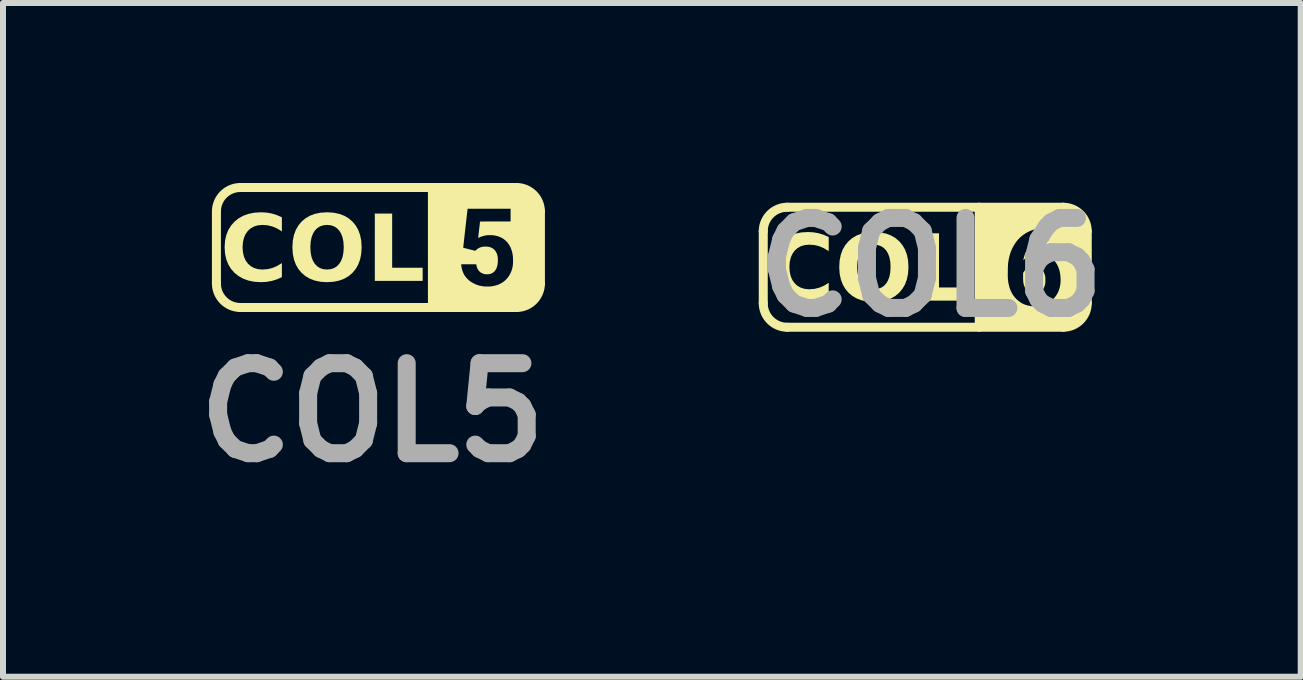
<source format=kicad_pcb>
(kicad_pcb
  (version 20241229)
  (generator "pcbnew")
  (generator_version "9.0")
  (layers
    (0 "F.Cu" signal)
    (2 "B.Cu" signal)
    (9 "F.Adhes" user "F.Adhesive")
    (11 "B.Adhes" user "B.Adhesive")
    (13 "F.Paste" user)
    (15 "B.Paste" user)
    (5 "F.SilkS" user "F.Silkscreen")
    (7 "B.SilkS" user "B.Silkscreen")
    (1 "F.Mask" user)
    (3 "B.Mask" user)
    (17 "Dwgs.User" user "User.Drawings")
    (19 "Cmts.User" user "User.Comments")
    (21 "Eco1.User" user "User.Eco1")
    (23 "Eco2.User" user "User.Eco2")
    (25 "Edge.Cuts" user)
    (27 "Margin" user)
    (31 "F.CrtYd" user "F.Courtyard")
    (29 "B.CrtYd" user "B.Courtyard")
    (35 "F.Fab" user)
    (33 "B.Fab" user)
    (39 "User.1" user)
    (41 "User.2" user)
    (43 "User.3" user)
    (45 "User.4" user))
  (footprint "COL6"
    (layer "F.Cu")
    (at 12.371 1.404)
    (property "Reference" "COL6" (at 0.1 0 0) (layer "F.Fab") (effects (font (size 1.5 1.5) (thickness 0.3))))
    (attr board_only exclude_from_pos_files exclude_from_bom)
    (fp_line (start -2.7 0.6) (end -2.7 -0.6) (stroke (width 0.15) (type default)) (layer "F.SilkS"))
    (fp_line (start 0.9 1) (end 0.9 -1) (stroke (width 0.15) (type default)) (layer "F.SilkS"))
    (fp_line (start 2.3 -1) (end -2.3 -1) (stroke (width 0.15) (type default)) (layer "F.SilkS"))
    (fp_line (start 2.3 1) (end -2.3 1) (stroke (width 0.15) (type default)) (layer "F.SilkS"))
    (fp_line (start 2.7 0.6) (end 2.7 -0.6) (stroke (width 0.15) (type default)) (layer "F.SilkS"))
    (fp_arc (start -2.7 -0.6) (mid -2.582843 -0.882843) (end -2.3 -1) (stroke (width 0.15) (type default)) (layer "F.SilkS"))
    (fp_arc (start -2.3 1) (mid -2.582843 0.882843) (end -2.7 0.6) (stroke (width 0.15) (type default)) (layer "F.SilkS"))
    (fp_arc (start 2.3 -1) (mid 2.582843 -0.882843) (end 2.7 -0.6) (stroke (width 0.15) (type default)) (layer "F.SilkS"))
    (fp_arc (start 2.7 0.6) (mid 2.582843 0.882843) (end 2.3 1) (stroke (width 0.15) (type default)) (layer "F.SilkS"))
    (fp_poly (pts (xy 1.831 -0.017) (xy 1.846 -0.015) (xy 1.859 -0.013) (xy 1.86 -0.013) (xy 1.884 -0.005) (xy 1.906 0.005) (xy 1.925 0.019) (xy 1.943 0.036) (xy 1.959 0.055) (xy 1.973 0.077) (xy 1.984 0.101) (xy 1.993 0.128) (xy 1.998 0.15) (xy 2 0.157) (xy 2.001 0.164) (xy 2.001 0.17) (xy 2.002 0.178) (xy 2.002 0.187) (xy 2.002 0.198) (xy 2.002 0.212) (xy 2.002 0.214) (xy 2.002 0.23) (xy 2.002 0.243) (xy 2.002 0.254) (xy 2.001 0.262) (xy 2 0.27) (xy 1.999 0.275) (xy 1.993 0.303) (xy 1.983 0.329) (xy 1.972 0.354) (xy 1.958 0.375) (xy 1.942 0.395) (xy 1.925 0.411) (xy 1.905 0.425) (xy 1.884 0.435) (xy 1.883 0.436) (xy 1.867 0.441) (xy 1.849 0.444) (xy 1.83 0.446) (xy 1.811 0.446) (xy 1.792 0.445) (xy 1.78 0.443) (xy 1.757 0.436) (xy 1.736 0.427) (xy 1.717 0.414) (xy 1.699 0.398) (xy 1.684 0.38) (xy 1.67 0.36) (xy 1.659 0.336) (xy 1.649 0.31) (xy 1.641 0.283) (xy 1.64 0.278) (xy 1.637 0.265) (xy 1.635 0.253) (xy 1.634 0.24) (xy 1.633 0.226) (xy 1.632 0.21) (xy 1.631 0.193) (xy 1.631 0.172) (xy 1.631 0.156) (xy 1.631 0.096) (xy 1.64 0.081) (xy 1.655 0.059) (xy 1.673 0.039) (xy 1.693 0.022) (xy 1.716 0.007) (xy 1.74 -0.004) (xy 1.766 -0.012) (xy 1.77 -0.013) (xy 1.783 -0.015) (xy 1.799 -0.017) (xy 1.815 -0.017)) (stroke (width 0) (type solid)) (fill yes) (layer "F.SilkS"))
    (fp_poly (pts (xy 2.583 -0.883) (xy 2.7 -0.6) (xy 2.7 0) (xy 2.7 0.6) (xy 2.583 0.883) (xy 2.3 1) (xy 1.782 1) (xy 0.9 1) (xy 0.9 0.12) (xy 1.375 0.12) (xy 1.376 0.144) (xy 1.376 0.166) (xy 1.377 0.187) (xy 1.379 0.205) (xy 1.38 0.223) (xy 1.383 0.24) (xy 1.385 0.257) (xy 1.388 0.274) (xy 1.39 0.281) (xy 1.4 0.323) (xy 1.413 0.364) (xy 1.429 0.402) (xy 1.448 0.438) (xy 1.469 0.472) (xy 1.494 0.503) (xy 1.518 0.53) (xy 1.547 0.556) (xy 1.577 0.579) (xy 1.609 0.599) (xy 1.642 0.615) (xy 1.678 0.629) (xy 1.715 0.639) (xy 1.754 0.646) (xy 1.782 0.65) (xy 1.796 0.651) (xy 1.813 0.651) (xy 1.831 0.651) (xy 1.849 0.65) (xy 1.867 0.649) (xy 1.884 0.648) (xy 1.898 0.646) (xy 1.937 0.639) (xy 1.974 0.628) (xy 2.01 0.615) (xy 2.043 0.598) (xy 2.075 0.579) (xy 2.104 0.558) (xy 2.131 0.534) (xy 2.155 0.508) (xy 2.177 0.479) (xy 2.197 0.448) (xy 2.214 0.415) (xy 2.228 0.381) (xy 2.24 0.344) (xy 2.248 0.306) (xy 2.254 0.266) (xy 2.256 0.225) (xy 2.256 0.183) (xy 2.255 0.176) (xy 2.252 0.137) (xy 2.247 0.101) (xy 2.24 0.067) (xy 2.231 0.035) (xy 2.22 0.004) (xy 2.213 -0.014) (xy 2.198 -0.044) (xy 2.18 -0.073) (xy 2.159 -0.1) (xy 2.137 -0.124) (xy 2.113 -0.147) (xy 2.088 -0.166) (xy 2.067 -0.179) (xy 2.039 -0.193) (xy 2.009 -0.204) (xy 1.977 -0.212) (xy 1.944 -0.218) (xy 1.91 -0.221) (xy 1.876 -0.221) (xy 1.841 -0.218) (xy 1.813 -0.213) (xy 1.778 -0.204) (xy 1.746 -0.193) (xy 1.715 -0.177) (xy 1.685 -0.159) (xy 1.657 -0.138) (xy 1.648 -0.129) (xy 1.636 -0.118) (xy 1.637 -0.128) (xy 1.638 -0.134) (xy 1.639 -0.142) (xy 1.641 -0.151) (xy 1.643 -0.158) (xy 1.653 -0.195) (xy 1.665 -0.229) (xy 1.681 -0.261) (xy 1.699 -0.291) (xy 1.72 -0.318) (xy 1.743 -0.343) (xy 1.77 -0.366) (xy 1.798 -0.386) (xy 1.829 -0.404) (xy 1.862 -0.418) (xy 1.885 -0.426) (xy 1.914 -0.434) (xy 1.944 -0.441) (xy 1.976 -0.446) (xy 2.009 -0.449) (xy 2.041 -0.45) (xy 2.044 -0.45) (xy 2.063 -0.45) (xy 2.063 -0.554) (xy 2.063 -0.659) (xy 2.034 -0.659) (xy 1.982 -0.657) (xy 1.932 -0.653) (xy 1.884 -0.646) (xy 1.837 -0.635) (xy 1.793 -0.622) (xy 1.75 -0.606) (xy 1.709 -0.586) (xy 1.67 -0.564) (xy 1.632 -0.538) (xy 1.611 -0.522) (xy 1.6 -0.513) (xy 1.588 -0.502) (xy 1.575 -0.49) (xy 1.562 -0.476) (xy 1.549 -0.463) (xy 1.538 -0.45) (xy 1.528 -0.439) (xy 1.526 -0.437) (xy 1.499 -0.399) (xy 1.474 -0.359) (xy 1.452 -0.317) (xy 1.432 -0.274) (xy 1.416 -0.228) (xy 1.402 -0.18) (xy 1.394 -0.145) (xy 1.39 -0.126) (xy 1.387 -0.108) (xy 1.385 -0.09) (xy 1.382 -0.073) (xy 1.38 -0.056) (xy 1.379 -0.037) (xy 1.378 -0.018) (xy 1.377 0.004) (xy 1.376 0.028) (xy 1.376 0.055) (xy 1.376 0.062) (xy 1.376 0.093) (xy 1.375 0.12) (xy 0.9 0.12) (xy 0.9 0) (xy 0.9 -1) (xy 1.782 -1) (xy 2.3 -1)) (stroke (width 0) (type solid)) (fill yes) (layer "F.SilkS"))
    (fp_text user "COL" (at -0.93 0.1 0) (unlocked yes) (layer "F.SilkS") (effects (font (face "Roboto") (size 1.1 1.1) (thickness 0.2) (bold yes)))))
  (footprint "COL5"
    (layer "F.Cu")
    (at 3.257 1.075)
    (property "Reference" "COL5" (at -0.1 2.75 0) (layer "F.Fab") (effects (font (size 1.5 1.5) (thickness 0.3))))
    (attr board_only exclude_from_pos_files exclude_from_bom)
    (fp_line (start -2.7 -0.6) (end -2.7 0.6) (stroke (width 0.15) (type default)) (layer "F.SilkS"))
    (fp_line (start -2.3 -1) (end 2.3 -1) (stroke (width 0.15) (type default)) (layer "F.SilkS"))
    (fp_line (start -2.3 1) (end 2.3 1) (stroke (width 0.15) (type default)) (layer "F.SilkS"))
    (fp_line (start 0.9 -1) (end 0.9 1) (stroke (width 0.15) (type default)) (layer "F.SilkS"))
    (fp_line (start 2.7 -0.6) (end 2.7 0.6) (stroke (width 0.15) (type default)) (layer "F.SilkS"))
    (fp_arc (start -2.7 -0.6) (mid -2.582843 -0.882843) (end -2.3 -1) (stroke (width 0.15) (type default)) (layer "F.SilkS"))
    (fp_arc (start -2.3 1) (mid -2.582843 0.882843) (end -2.7 0.6) (stroke (width 0.15) (type default)) (layer "F.SilkS"))
    (fp_arc (start 2.3 -1) (mid 2.582843 -0.882843) (end 2.7 -0.6) (stroke (width 0.15) (type default)) (layer "F.SilkS"))
    (fp_arc (start 2.7 0.6) (mid 2.582843 0.882843) (end 2.3 1) (stroke (width 0.15) (type default)) (layer "F.SilkS"))
    (fp_poly (pts (xy 2.583 -0.883) (xy 2.7 -0.6) (xy 2.7 0) (xy 2.7 0.6) (xy 2.583 0.883) (xy 2.3 1) (xy 1.8 1) (xy 0.9 1) (xy 0.9 0.288) (xy 1.381 0.288) (xy 1.381 0.294) (xy 1.381 0.302) (xy 1.382 0.31) (xy 1.382 0.311) (xy 1.389 0.348) (xy 1.398 0.383) (xy 1.411 0.416) (xy 1.426 0.448) (xy 1.445 0.478) (xy 1.466 0.505) (xy 1.491 0.531) (xy 1.518 0.555) (xy 1.548 0.576) (xy 1.581 0.595) (xy 1.594 0.602) (xy 1.623 0.615) (xy 1.652 0.626) (xy 1.681 0.635) (xy 1.712 0.641) (xy 1.745 0.647) (xy 1.78 0.65) (xy 1.781 0.65) (xy 1.792 0.651) (xy 1.806 0.651) (xy 1.821 0.651) (xy 1.836 0.651) (xy 1.85 0.65) (xy 1.854 0.65) (xy 1.878 0.648) (xy 1.9 0.645) (xy 1.92 0.641) (xy 1.941 0.636) (xy 1.945 0.635) (xy 1.963 0.631) (xy 1.978 0.626) (xy 1.992 0.621) (xy 2.007 0.615) (xy 2.022 0.608) (xy 2.026 0.606) (xy 2.058 0.589) (xy 2.087 0.569) (xy 2.114 0.547) (xy 2.131 0.53) (xy 2.155 0.503) (xy 2.176 0.473) (xy 2.195 0.441) (xy 2.211 0.407) (xy 2.224 0.37) (xy 2.234 0.332) (xy 2.241 0.291) (xy 2.241 0.291) (xy 2.242 0.282) (xy 2.243 0.271) (xy 2.243 0.257) (xy 2.244 0.241) (xy 2.244 0.224) (xy 2.244 0.207) (xy 2.243 0.191) (xy 2.243 0.175) (xy 2.242 0.16) (xy 2.241 0.148) (xy 2.24 0.14) (xy 2.234 0.1) (xy 2.225 0.063) (xy 2.214 0.028) (xy 2.201 -0.004) (xy 2.185 -0.034) (xy 2.167 -0.061) (xy 2.147 -0.087) (xy 2.135 -0.1) (xy 2.111 -0.123) (xy 2.085 -0.143) (xy 2.057 -0.16) (xy 2.027 -0.174) (xy 1.996 -0.186) (xy 1.962 -0.195) (xy 1.925 -0.202) (xy 1.914 -0.204) (xy 1.903 -0.205) (xy 1.888 -0.205) (xy 1.872 -0.206) (xy 1.856 -0.206) (xy 1.839 -0.206) (xy 1.823 -0.205) (xy 1.81 -0.204) (xy 1.799 -0.203) (xy 1.798 -0.203) (xy 1.76 -0.195) (xy 1.725 -0.185) (xy 1.69 -0.172) (xy 1.683 -0.168) (xy 1.675 -0.164) (xy 1.669 -0.162) (xy 1.666 -0.161) (xy 1.664 -0.161) (xy 1.663 -0.162) (xy 1.663 -0.162) (xy 1.663 -0.164) (xy 1.664 -0.17) (xy 1.665 -0.178) (xy 1.666 -0.19) (xy 1.668 -0.203) (xy 1.669 -0.219) (xy 1.671 -0.237) (xy 1.674 -0.256) (xy 1.676 -0.277) (xy 1.678 -0.298) (xy 1.681 -0.32) (xy 1.683 -0.34) (xy 1.686 -0.359) (xy 1.688 -0.377) (xy 1.689 -0.392) (xy 1.691 -0.406) (xy 1.692 -0.417) (xy 1.693 -0.425) (xy 1.694 -0.43) (xy 1.694 -0.432) (xy 1.694 -0.432) (xy 1.696 -0.433) (xy 1.701 -0.433) (xy 1.709 -0.433) (xy 1.72 -0.433) (xy 1.735 -0.433) (xy 1.751 -0.433) (xy 1.77 -0.433) (xy 1.792 -0.434) (xy 1.815 -0.434) (xy 1.84 -0.434) (xy 1.867 -0.434) (xy 1.895 -0.434) (xy 1.924 -0.434) (xy 1.949 -0.434) (xy 2.203 -0.434) (xy 2.203 -0.54) (xy 2.203 -0.646) (xy 1.845 -0.646) (xy 1.487 -0.646) (xy 1.486 -0.642) (xy 1.486 -0.64) (xy 1.485 -0.634) (xy 1.484 -0.625) (xy 1.483 -0.614) (xy 1.481 -0.599) (xy 1.479 -0.582) (xy 1.477 -0.563) (xy 1.474 -0.542) (xy 1.472 -0.519) (xy 1.469 -0.495) (xy 1.466 -0.469) (xy 1.463 -0.442) (xy 1.46 -0.414) (xy 1.457 -0.386) (xy 1.453 -0.356) (xy 1.45 -0.327) (xy 1.447 -0.298) (xy 1.443 -0.268) (xy 1.44 -0.239) (xy 1.437 -0.211) (xy 1.434 -0.184) (xy 1.431 -0.157) (xy 1.428 -0.132) (xy 1.426 -0.108) (xy 1.423 -0.086) (xy 1.421 -0.066) (xy 1.419 -0.048) (xy 1.417 -0.032) (xy 1.416 -0.019) (xy 1.415 -0.008) (xy 1.414 -0.001) (xy 1.413 0.003) (xy 1.413 0.004) (xy 1.415 0.005) (xy 1.42 0.006) (xy 1.428 0.008) (xy 1.438 0.011) (xy 1.451 0.014) (xy 1.466 0.018) (xy 1.482 0.022) (xy 1.499 0.026) (xy 1.514 0.03) (xy 1.614 0.055) (xy 1.626 0.043) (xy 1.646 0.027) (xy 1.667 0.013) (xy 1.688 0.002) (xy 1.712 -0.006) (xy 1.737 -0.012) (xy 1.738 -0.012) (xy 1.751 -0.014) (xy 1.766 -0.015) (xy 1.783 -0.015) (xy 1.799 -0.015) (xy 1.815 -0.014) (xy 1.829 -0.013) (xy 1.832 -0.012) (xy 1.859 -0.006) (xy 1.883 0.003) (xy 1.905 0.015) (xy 1.924 0.03) (xy 1.941 0.047) (xy 1.956 0.067) (xy 1.968 0.089) (xy 1.978 0.114) (xy 1.985 0.141) (xy 1.988 0.158) (xy 1.989 0.169) (xy 1.99 0.183) (xy 1.991 0.198) (xy 1.991 0.215) (xy 1.991 0.231) (xy 1.99 0.247) (xy 1.989 0.261) (xy 1.988 0.267) (xy 1.983 0.297) (xy 1.975 0.325) (xy 1.966 0.35) (xy 1.954 0.372) (xy 1.939 0.392) (xy 1.933 0.399) (xy 1.917 0.413) (xy 1.901 0.425) (xy 1.882 0.434) (xy 1.861 0.441) (xy 1.86 0.441) (xy 1.851 0.443) (xy 1.84 0.445) (xy 1.827 0.446) (xy 1.813 0.446) (xy 1.799 0.446) (xy 1.787 0.446) (xy 1.778 0.445) (xy 1.753 0.439) (xy 1.731 0.431) (xy 1.71 0.42) (xy 1.691 0.406) (xy 1.675 0.389) (xy 1.661 0.37) (xy 1.649 0.349) (xy 1.64 0.325) (xy 1.634 0.298) (xy 1.633 0.292) (xy 1.63 0.279) (xy 1.506 0.279) (xy 1.381 0.279) (xy 1.381 0.288) (xy 0.9 0.288) (xy 0.9 0) (xy 0.9 -1) (xy 1.782 -1) (xy 2.3 -1)) (stroke (width 0) (type solid)) (fill yes) (layer "F.SilkS"))
    (fp_text user "COL" (at -0.93 0.1 0) (unlocked yes) (layer "F.SilkS") (effects (font (face "Roboto") (size 1.1 1.1) (thickness 0.2) (bold yes)))))
  (gr_rect
    (start -3 -3)
    (end 18.629 8.229)
    (stroke (width 0.1) (type default))
    (fill no)
    (layer "Edge.Cuts")))
</source>
